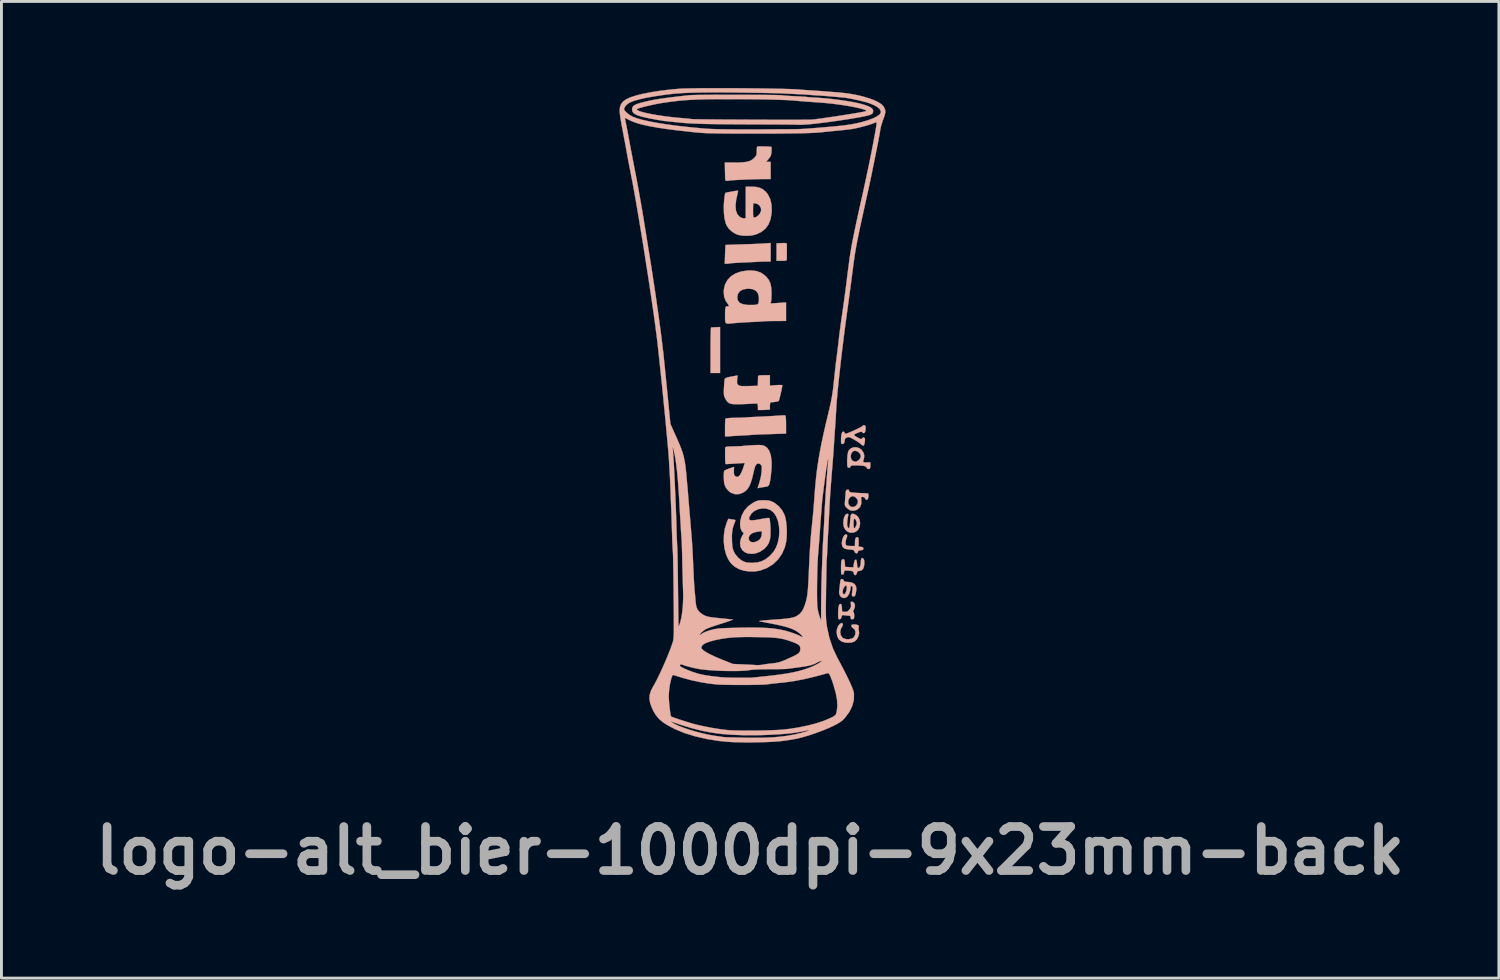
<source format=kicad_pcb>
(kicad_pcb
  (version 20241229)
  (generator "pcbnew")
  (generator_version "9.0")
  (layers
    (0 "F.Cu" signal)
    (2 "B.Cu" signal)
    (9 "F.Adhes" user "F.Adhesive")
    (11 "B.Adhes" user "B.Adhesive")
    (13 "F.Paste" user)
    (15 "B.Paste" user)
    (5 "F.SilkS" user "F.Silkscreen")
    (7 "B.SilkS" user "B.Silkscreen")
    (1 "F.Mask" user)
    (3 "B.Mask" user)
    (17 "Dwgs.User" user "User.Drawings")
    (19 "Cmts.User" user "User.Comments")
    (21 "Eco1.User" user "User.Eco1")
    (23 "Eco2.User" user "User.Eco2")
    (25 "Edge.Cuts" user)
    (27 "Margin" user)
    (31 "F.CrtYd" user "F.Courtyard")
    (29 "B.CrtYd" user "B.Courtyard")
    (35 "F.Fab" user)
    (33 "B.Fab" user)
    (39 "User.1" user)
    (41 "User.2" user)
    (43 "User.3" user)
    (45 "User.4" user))
  (footprint "logo-alt_bier-1000dpi-9x23mm-back"
    (layer "F.Cu")
    (at 22.94 11.42)
    (property "Reference" "logo-alt_bier-1000dpi-9x23mm-back" (at 0 15 0) (layer "F.Fab") (effects (font (size 1.524 1.524) (thickness 0.3))))
    (attr through_hole)
    (fp_poly (pts (xy -1.189 -3.133) (xy -1.272 -3.129) (xy -1.333 -3.126) (xy -1.354 -3.125) (xy -1.359 -3.1) (xy -1.363 -3.03) (xy -1.367 -2.922) (xy -1.37 -2.782) (xy -1.372 -2.615) (xy -1.373 -2.428) (xy -1.373 -2.335) (xy -1.373 -1.548) (xy -1.043 -1.548) (xy -1.043 -3.14) (xy -1.189 -3.133)) (stroke (width 0.01) (type solid)) (fill yes) (layer "B.SilkS"))
    (fp_poly (pts (xy 1.091 -6.048) (xy 0.913 -6.039) (xy 0.913 -5.434) (xy 1.091 -5.434) (xy 1.194 -5.437) (xy 1.252 -5.448) (xy 1.269 -5.466) (xy 1.27 -5.517) (xy 1.27 -5.6) (xy 1.271 -5.703) (xy 1.271 -5.81) (xy 1.271 -5.907) (xy 1.271 -5.982) (xy 1.27 -6.018) (xy 1.26 -6.038) (xy 1.225 -6.048) (xy 1.156 -6.05) (xy 1.091 -6.048)) (stroke (width 0.01) (type solid)) (fill yes) (layer "B.SilkS"))
    (fp_poly (pts (xy 0.475 -6.034) (xy 0.376 -6.029) (xy 0.238 -6.022) (xy 0.074 -6.015) (xy -0.104 -6.009) (xy -0.284 -6.003) (xy -0.306 -6.002) (xy -0.467 -5.998) (xy -0.609 -5.993) (xy -0.726 -5.989) (xy -0.809 -5.986) (xy -0.852 -5.984) (xy -0.856 -5.983) (xy -0.858 -5.958) (xy -0.861 -5.892) (xy -0.865 -5.794) (xy -0.869 -5.675) (xy -0.87 -5.656) (xy -0.88 -5.332) (xy -0.801 -5.332) (xy -0.742 -5.336) (xy -0.71 -5.344) (xy -0.709 -5.344) (xy -0.681 -5.349) (xy -0.611 -5.355) (xy -0.509 -5.362) (xy -0.384 -5.369) (xy -0.318 -5.372) (xy -0.172 -5.378) (xy -0.033 -5.384) (xy 0.085 -5.39) (xy 0.171 -5.395) (xy 0.189 -5.396) (xy 0.28 -5.401) (xy 0.397 -5.405) (xy 0.513 -5.407) (xy 0.71 -5.409) (xy 0.71 -6.051) (xy 0.475 -6.034)) (stroke (width 0.01) (type solid)) (fill yes) (layer "B.SilkS"))
    (fp_poly (pts (xy 3.155 7.118) (xy 3.098 7.153) (xy 3.047 7.223) (xy 3.01 7.317) (xy 2.996 7.418) (xy 2.996 7.423) (xy 3.014 7.568) (xy 3.07 7.678) (xy 3.163 7.753) (xy 3.292 7.792) (xy 3.389 7.799) (xy 3.519 7.788) (xy 3.614 7.755) (xy 3.621 7.751) (xy 3.697 7.679) (xy 3.75 7.578) (xy 3.774 7.469) (xy 3.765 7.382) (xy 3.753 7.315) (xy 3.758 7.266) (xy 3.759 7.263) (xy 3.766 7.218) (xy 3.729 7.184) (xy 3.654 7.166) (xy 3.615 7.164) (xy 3.545 7.168) (xy 3.512 7.182) (xy 3.504 7.214) (xy 3.504 7.216) (xy 3.527 7.266) (xy 3.565 7.291) (xy 3.619 7.335) (xy 3.645 7.406) (xy 3.645 7.489) (xy 3.619 7.569) (xy 3.567 7.63) (xy 3.546 7.643) (xy 3.437 7.676) (xy 3.325 7.675) (xy 3.226 7.641) (xy 3.185 7.61) (xy 3.136 7.528) (xy 3.12 7.427) (xy 3.139 7.324) (xy 3.176 7.256) (xy 3.209 7.194) (xy 3.211 7.144) (xy 3.182 7.118) (xy 3.155 7.118)) (stroke (width 0.01) (type solid)) (fill yes) (layer "B.SilkS"))
    (fp_poly (pts (xy 3.268 4.069) (xy 3.228 4.129) (xy 3.196 4.212) (xy 3.178 4.31) (xy 3.175 4.349) (xy 3.187 4.444) (xy 3.229 4.51) (xy 3.308 4.549) (xy 3.429 4.568) (xy 3.435 4.569) (xy 3.526 4.576) (xy 3.578 4.588) (xy 3.602 4.607) (xy 3.61 4.634) (xy 3.633 4.677) (xy 3.673 4.698) (xy 3.712 4.693) (xy 3.732 4.659) (xy 3.732 4.653) (xy 3.743 4.618) (xy 3.784 4.6) (xy 3.827 4.594) (xy 3.892 4.583) (xy 3.919 4.559) (xy 3.923 4.535) (xy 3.909 4.497) (xy 3.862 4.479) (xy 3.84 4.477) (xy 3.758 4.469) (xy 3.758 4.305) (xy 3.756 4.216) (xy 3.748 4.167) (xy 3.732 4.146) (xy 3.71 4.142) (xy 3.667 4.155) (xy 3.642 4.2) (xy 3.632 4.285) (xy 3.631 4.334) (xy 3.631 4.447) (xy 3.506 4.447) (xy 3.424 4.444) (xy 3.359 4.436) (xy 3.341 4.431) (xy 3.309 4.394) (xy 3.302 4.324) (xy 3.318 4.233) (xy 3.339 4.175) (xy 3.362 4.1) (xy 3.353 4.058) (xy 3.351 4.055) (xy 3.311 4.041) (xy 3.268 4.069)) (stroke (width 0.01) (type solid)) (fill yes) (layer "B.SilkS"))
    (fp_poly (pts (xy 3.503 3.346) (xy 3.483 3.403) (xy 3.471 3.501) (xy 3.464 3.583) (xy 3.455 3.69) (xy 3.443 3.774) (xy 3.432 3.826) (xy 3.425 3.837) (xy 3.398 3.817) (xy 3.375 3.782) (xy 3.359 3.719) (xy 3.361 3.617) (xy 3.38 3.474) (xy 3.392 3.409) (xy 3.4 3.353) (xy 3.387 3.332) (xy 3.349 3.333) (xy 3.299 3.365) (xy 3.26 3.438) (xy 3.234 3.546) (xy 3.226 3.654) (xy 3.244 3.781) (xy 3.297 3.882) (xy 3.378 3.953) (xy 3.477 3.987) (xy 3.588 3.979) (xy 3.662 3.95) (xy 3.742 3.88) (xy 3.79 3.783) (xy 3.809 3.672) (xy 3.805 3.637) (xy 3.693 3.637) (xy 3.69 3.692) (xy 3.67 3.748) (xy 3.635 3.816) (xy 3.608 3.834) (xy 3.59 3.802) (xy 3.581 3.722) (xy 3.58 3.673) (xy 3.585 3.568) (xy 3.6 3.509) (xy 3.622 3.496) (xy 3.652 3.532) (xy 3.67 3.568) (xy 3.693 3.637) (xy 3.805 3.637) (xy 3.796 3.56) (xy 3.754 3.458) (xy 3.681 3.382) (xy 3.657 3.368) (xy 3.585 3.334) (xy 3.535 3.325) (xy 3.503 3.346)) (stroke (width 0.01) (type solid)) (fill yes) (layer "B.SilkS"))
    (fp_poly (pts (xy 3.49 6.384) (xy 3.482 6.414) (xy 3.49 6.468) (xy 3.495 6.537) (xy 3.474 6.597) (xy 3.439 6.647) (xy 3.389 6.704) (xy 3.343 6.727) (xy 3.279 6.728) (xy 3.186 6.72) (xy 3.178 6.587) (xy 3.171 6.507) (xy 3.156 6.466) (xy 3.13 6.453) (xy 3.125 6.453) (xy 3.091 6.471) (xy 3.068 6.527) (xy 3.053 6.624) (xy 3.047 6.768) (xy 3.047 6.815) (xy 3.048 6.906) (xy 3.054 6.958) (xy 3.069 6.981) (xy 3.096 6.987) (xy 3.098 6.987) (xy 3.14 6.97) (xy 3.164 6.913) (xy 3.165 6.908) (xy 3.181 6.854) (xy 3.211 6.839) (xy 3.256 6.844) (xy 3.34 6.856) (xy 3.405 6.86) (xy 3.458 6.867) (xy 3.477 6.899) (xy 3.478 6.923) (xy 3.491 6.974) (xy 3.525 6.987) (xy 3.573 6.978) (xy 3.588 6.97) (xy 3.602 6.932) (xy 3.605 6.868) (xy 3.601 6.8) (xy 3.589 6.746) (xy 3.575 6.727) (xy 3.562 6.705) (xy 3.586 6.658) (xy 3.588 6.656) (xy 3.625 6.574) (xy 3.63 6.493) (xy 3.607 6.426) (xy 3.559 6.384) (xy 3.521 6.377) (xy 3.49 6.384)) (stroke (width 0.01) (type solid)) (fill yes) (layer "B.SilkS"))
    (fp_poly (pts (xy 0.281 -9.399) (xy 0.271 -9.398) (xy 0.246 -9.389) (xy 0.233 -9.358) (xy 0.228 -9.293) (xy 0.227 -9.241) (xy 0.225 -9.152) (xy 0.212 -9.093) (xy 0.182 -9.044) (xy 0.132 -8.99) (xy 0.066 -8.936) (xy -0.01 -8.895) (xy -0.105 -8.867) (xy -0.228 -8.849) (xy -0.386 -8.84) (xy -0.555 -8.838) (xy -0.878 -8.838) (xy -0.873 -8.577) (xy -0.871 -8.461) (xy -0.869 -8.359) (xy -0.867 -8.286) (xy -0.867 -8.26) (xy -0.852 -8.214) (xy -0.806 -8.203) (xy -0.756 -8.207) (xy -0.736 -8.213) (xy -0.708 -8.218) (xy -0.637 -8.224) (xy -0.532 -8.231) (xy -0.401 -8.238) (xy -0.253 -8.245) (xy -0.097 -8.252) (xy 0.06 -8.257) (xy 0.21 -8.262) (xy 0.343 -8.265) (xy 0.449 -8.266) (xy 0.71 -8.266) (xy 0.71 -8.863) (xy 0.548 -8.863) (xy 0.613 -8.933) (xy 0.666 -8.997) (xy 0.707 -9.059) (xy 0.709 -9.063) (xy 0.725 -9.115) (xy 0.736 -9.19) (xy 0.743 -9.272) (xy 0.742 -9.342) (xy 0.734 -9.381) (xy 0.732 -9.382) (xy 0.705 -9.387) (xy 0.64 -9.391) (xy 0.551 -9.395) (xy 0.453 -9.398) (xy 0.358 -9.399) (xy 0.281 -9.399)) (stroke (width 0.01) (type solid)) (fill yes) (layer "B.SilkS"))
    (fp_poly (pts (xy 1.105 -0.08) (xy 1.01 -0.073) (xy 0.984 -0.071) (xy 0.884 -0.064) (xy 0.749 -0.055) (xy 0.593 -0.047) (xy 0.432 -0.039) (xy 0.37 -0.036) (xy 0.225 -0.029) (xy 0.092 -0.023) (xy -0.017 -0.017) (xy -0.092 -0.012) (xy -0.116 -0.009) (xy -0.17 -0.006) (xy -0.263 -0.002) (xy -0.38 0.002) (xy -0.511 0.004) (xy -0.517 0.004) (xy -0.64 0.008) (xy -0.744 0.014) (xy -0.819 0.022) (xy -0.855 0.031) (xy -0.856 0.033) (xy -0.862 0.066) (xy -0.866 0.139) (xy -0.87 0.241) (xy -0.871 0.353) (xy -0.871 0.649) (xy -0.805 0.652) (xy -0.753 0.651) (xy -0.732 0.647) (xy -0.705 0.643) (xy -0.637 0.638) (xy -0.537 0.632) (xy -0.414 0.625) (xy -0.369 0.623) (xy -0.235 0.616) (xy -0.114 0.609) (xy -0.019 0.603) (xy 0.04 0.598) (xy 0.048 0.597) (xy 0.091 0.593) (xy 0.177 0.589) (xy 0.296 0.583) (xy 0.442 0.578) (xy 0.605 0.572) (xy 0.677 0.57) (xy 1.243 0.552) (xy 1.243 0.241) (xy 1.241 0.092) (xy 1.234 -0.012) (xy 1.223 -0.069) (xy 1.215 -0.08) (xy 1.178 -0.082) (xy 1.105 -0.08)) (stroke (width 0.01) (type solid)) (fill yes) (layer "B.SilkS"))
    (fp_poly (pts (xy 3.15 5.597) (xy 3.132 5.625) (xy 3.12 5.685) (xy 3.113 5.748) (xy 3.102 5.853) (xy 3.09 5.955) (xy 3.083 6.009) (xy 3.086 6.108) (xy 3.123 6.185) (xy 3.182 6.234) (xy 3.255 6.25) (xy 3.331 6.225) (xy 3.373 6.191) (xy 3.431 6.1) (xy 3.468 5.983) (xy 3.478 5.889) (xy 3.482 5.859) (xy 3.35 5.859) (xy 3.345 5.93) (xy 3.345 5.932) (xy 3.326 6.019) (xy 3.297 6.083) (xy 3.263 6.117) (xy 3.231 6.116) (xy 3.208 6.075) (xy 3.204 6.054) (xy 3.208 5.989) (xy 3.231 5.917) (xy 3.266 5.855) (xy 3.304 5.821) (xy 3.315 5.818) (xy 3.341 5.826) (xy 3.35 5.859) (xy 3.482 5.859) (xy 3.485 5.841) (xy 3.51 5.833) (xy 3.519 5.836) (xy 3.544 5.856) (xy 3.551 5.9) (xy 3.545 5.968) (xy 3.534 6.051) (xy 3.525 6.119) (xy 3.523 6.136) (xy 3.534 6.18) (xy 3.572 6.194) (xy 3.611 6.19) (xy 3.638 6.156) (xy 3.654 6.106) (xy 3.68 5.959) (xy 3.668 5.845) (xy 3.616 5.763) (xy 3.524 5.712) (xy 3.392 5.692) (xy 3.363 5.691) (xy 3.291 5.686) (xy 3.255 5.667) (xy 3.242 5.64) (xy 3.21 5.598) (xy 3.179 5.59) (xy 3.15 5.597)) (stroke (width 0.01) (type solid)) (fill yes) (layer "B.SilkS"))
    (fp_poly (pts (xy 3.857 4.874) (xy 3.838 4.931) (xy 3.834 4.996) (xy 3.824 5.103) (xy 3.797 5.176) (xy 3.755 5.208) (xy 3.745 5.209) (xy 3.722 5.192) (xy 3.708 5.136) (xy 3.702 5.063) (xy 3.693 4.975) (xy 3.679 4.929) (xy 3.656 4.917) (xy 3.627 4.938) (xy 3.604 5.006) (xy 3.595 5.051) (xy 3.572 5.186) (xy 3.43 5.178) (xy 3.288 5.17) (xy 3.28 5.037) (xy 3.272 4.957) (xy 3.258 4.917) (xy 3.232 4.904) (xy 3.226 4.904) (xy 3.192 4.911) (xy 3.17 4.937) (xy 3.156 4.991) (xy 3.15 5.08) (xy 3.148 5.211) (xy 3.149 5.319) (xy 3.153 5.386) (xy 3.162 5.421) (xy 3.179 5.435) (xy 3.199 5.437) (xy 3.239 5.422) (xy 3.25 5.375) (xy 3.254 5.328) (xy 3.275 5.303) (xy 3.324 5.295) (xy 3.409 5.3) (xy 3.434 5.302) (xy 3.516 5.313) (xy 3.56 5.328) (xy 3.579 5.353) (xy 3.585 5.383) (xy 3.606 5.442) (xy 3.642 5.458) (xy 3.677 5.431) (xy 3.694 5.388) (xy 3.715 5.332) (xy 3.754 5.312) (xy 3.781 5.31) (xy 3.851 5.292) (xy 3.898 5.259) (xy 3.931 5.195) (xy 3.952 5.105) (xy 3.957 5.009) (xy 3.945 4.927) (xy 3.929 4.894) (xy 3.888 4.86) (xy 3.857 4.874)) (stroke (width 0.01) (type solid)) (fill yes) (layer "B.SilkS"))
    (fp_poly (pts (xy 3.57 1.029) (xy 3.475 1.073) (xy 3.411 1.141) (xy 3.391 1.195) (xy 3.376 1.282) (xy 3.365 1.388) (xy 3.359 1.499) (xy 3.36 1.601) (xy 3.367 1.68) (xy 3.381 1.721) (xy 3.421 1.74) (xy 3.462 1.724) (xy 3.478 1.688) (xy 3.492 1.668) (xy 3.54 1.656) (xy 3.629 1.653) (xy 3.64 1.653) (xy 3.81 1.657) (xy 3.931 1.67) (xy 4.006 1.693) (xy 4.036 1.725) (xy 4.037 1.732) (xy 4.057 1.768) (xy 4.101 1.781) (xy 4.146 1.764) (xy 4.147 1.763) (xy 4.158 1.728) (xy 4.164 1.665) (xy 4.164 1.648) (xy 4.164 1.551) (xy 4.034 1.551) (xy 3.958 1.549) (xy 3.922 1.541) (xy 3.915 1.519) (xy 3.92 1.494) (xy 3.946 1.39) (xy 3.951 1.335) (xy 3.834 1.335) (xy 3.812 1.408) (xy 3.757 1.475) (xy 3.686 1.518) (xy 3.644 1.526) (xy 3.578 1.508) (xy 3.529 1.475) (xy 3.49 1.403) (xy 3.484 1.314) (xy 3.509 1.229) (xy 3.564 1.165) (xy 3.565 1.164) (xy 3.633 1.146) (xy 3.708 1.164) (xy 3.775 1.211) (xy 3.822 1.278) (xy 3.834 1.335) (xy 3.951 1.335) (xy 3.952 1.315) (xy 3.94 1.249) (xy 3.926 1.213) (xy 3.863 1.117) (xy 3.775 1.053) (xy 3.673 1.023) (xy 3.57 1.029)) (stroke (width 0.01) (type solid)) (fill yes) (layer "B.SilkS"))
    (fp_poly (pts (xy 3.335 2.507) (xy 3.316 2.539) (xy 3.307 2.605) (xy 3.305 2.631) (xy 3.298 2.733) (xy 3.288 2.85) (xy 3.284 2.904) (xy 3.278 2.988) (xy 3.285 3.043) (xy 3.31 3.087) (xy 3.359 3.139) (xy 3.459 3.208) (xy 3.568 3.228) (xy 3.682 3.199) (xy 3.723 3.175) (xy 3.808 3.094) (xy 3.85 2.985) (xy 3.85 2.904) (xy 3.732 2.904) (xy 3.713 2.99) (xy 3.662 3.055) (xy 3.594 3.092) (xy 3.518 3.095) (xy 3.449 3.058) (xy 3.439 3.048) (xy 3.4 2.975) (xy 3.396 2.891) (xy 3.421 2.811) (xy 3.47 2.75) (xy 3.539 2.72) (xy 3.554 2.719) (xy 3.627 2.742) (xy 3.69 2.798) (xy 3.728 2.871) (xy 3.732 2.904) (xy 3.85 2.904) (xy 3.85 2.858) (xy 3.843 2.789) (xy 3.849 2.756) (xy 3.876 2.745) (xy 3.9 2.745) (xy 3.959 2.762) (xy 3.979 2.796) (xy 4.009 2.837) (xy 4.037 2.846) (xy 4.071 2.83) (xy 4.09 2.776) (xy 4.094 2.751) (xy 4.099 2.684) (xy 4.097 2.641) (xy 4.095 2.637) (xy 4.066 2.626) (xy 4.002 2.619) (xy 3.95 2.618) (xy 3.855 2.615) (xy 3.735 2.609) (xy 3.622 2.601) (xy 3.522 2.591) (xy 3.464 2.58) (xy 3.435 2.564) (xy 3.427 2.54) (xy 3.427 2.536) (xy 3.414 2.499) (xy 3.37 2.495) (xy 3.335 2.507)) (stroke (width 0.01) (type solid)) (fill yes) (layer "B.SilkS"))
    (fp_poly (pts (xy 3.917 0.264) (xy 3.892 0.29) (xy 3.863 0.312) (xy 3.798 0.347) (xy 3.71 0.391) (xy 3.608 0.439) (xy 3.505 0.485) (xy 3.412 0.524) (xy 3.34 0.551) (xy 3.302 0.56) (xy 3.278 0.54) (xy 3.275 0.522) (xy 3.254 0.491) (xy 3.227 0.484) (xy 3.19 0.503) (xy 3.165 0.561) (xy 3.151 0.663) (xy 3.148 0.781) (xy 3.15 0.86) (xy 3.158 0.901) (xy 3.178 0.913) (xy 3.205 0.911) (xy 3.246 0.895) (xy 3.265 0.85) (xy 3.27 0.811) (xy 3.284 0.742) (xy 3.321 0.702) (xy 3.352 0.687) (xy 3.39 0.675) (xy 3.428 0.675) (xy 3.476 0.692) (xy 3.547 0.728) (xy 3.632 0.777) (xy 3.724 0.833) (xy 3.797 0.884) (xy 3.843 0.921) (xy 3.851 0.932) (xy 3.885 0.962) (xy 3.909 0.967) (xy 3.94 0.953) (xy 3.96 0.905) (xy 3.97 0.85) (xy 3.977 0.775) (xy 3.975 0.722) (xy 3.972 0.71) (xy 3.934 0.688) (xy 3.89 0.699) (xy 3.869 0.725) (xy 3.853 0.743) (xy 3.82 0.738) (xy 3.758 0.708) (xy 3.736 0.695) (xy 3.651 0.646) (xy 3.608 0.612) (xy 3.604 0.587) (xy 3.639 0.563) (xy 3.695 0.537) (xy 3.796 0.498) (xy 3.858 0.486) (xy 3.884 0.502) (xy 3.885 0.51) (xy 3.906 0.531) (xy 3.932 0.535) (xy 3.967 0.521) (xy 3.989 0.471) (xy 3.996 0.435) (xy 4.002 0.361) (xy 3.998 0.303) (xy 3.996 0.296) (xy 3.962 0.26) (xy 3.917 0.264)) (stroke (width 0.01) (type solid)) (fill yes) (layer "B.SilkS"))
    (fp_poly (pts (xy 0.369 -1.469) (xy 0.302 -1.46) (xy 0.276 -1.443) (xy 0.275 -1.44) (xy 0.273 -1.399) (xy 0.271 -1.325) (xy 0.269 -1.256) (xy 0.265 -1.103) (xy -0.048 -1.095) (xy -0.183 -1.093) (xy -0.276 -1.094) (xy -0.339 -1.099) (xy -0.379 -1.111) (xy -0.408 -1.129) (xy -0.413 -1.133) (xy -0.443 -1.168) (xy -0.455 -1.214) (xy -0.453 -1.286) (xy -0.45 -1.321) (xy -0.435 -1.462) (xy -0.649 -1.424) (xy -0.774 -1.398) (xy -0.85 -1.372) (xy -0.879 -1.347) (xy -0.887 -1.306) (xy -0.896 -1.226) (xy -0.903 -1.122) (xy -0.908 -1.04) (xy -0.912 -0.916) (xy -0.912 -0.83) (xy -0.904 -0.767) (xy -0.887 -0.714) (xy -0.861 -0.659) (xy -0.818 -0.586) (xy -0.771 -0.532) (xy -0.712 -0.495) (xy -0.633 -0.474) (xy -0.526 -0.464) (xy -0.382 -0.464) (xy -0.243 -0.469) (xy -0.104 -0.475) (xy 0.021 -0.481) (xy 0.122 -0.486) (xy 0.187 -0.489) (xy 0.202 -0.49) (xy 0.241 -0.488) (xy 0.26 -0.466) (xy 0.267 -0.412) (xy 0.268 -0.379) (xy 0.27 -0.265) (xy 0.369 -0.265) (xy 0.463 -0.267) (xy 0.564 -0.272) (xy 0.576 -0.273) (xy 0.684 -0.281) (xy 0.684 -0.406) (xy 0.688 -0.483) (xy 0.7 -0.521) (xy 0.727 -0.533) (xy 0.729 -0.533) (xy 0.803 -0.538) (xy 0.883 -0.549) (xy 0.951 -0.563) (xy 0.989 -0.577) (xy 0.991 -0.579) (xy 1.001 -0.608) (xy 1.019 -0.673) (xy 1.041 -0.763) (xy 1.065 -0.865) (xy 1.087 -0.964) (xy 1.104 -1.05) (xy 1.115 -1.108) (xy 1.116 -1.123) (xy 1.093 -1.13) (xy 1.03 -1.132) (xy 0.941 -1.129) (xy 0.9 -1.127) (xy 0.684 -1.111) (xy 0.684 -1.472) (xy 0.481 -1.472) (xy 0.369 -1.469)) (stroke (width 0.01) (type solid)) (fill yes) (layer "B.SilkS"))
    (fp_poly (pts (xy -0.071 -8.002) (xy -0.154 -7.999) (xy -0.154 -6.907) (xy -0.227 -6.907) (xy -0.3 -6.923) (xy -0.363 -6.957) (xy -0.446 -7.051) (xy -0.493 -7.177) (xy -0.507 -7.337) (xy -0.487 -7.532) (xy -0.461 -7.656) (xy -0.439 -7.75) (xy -0.424 -7.823) (xy -0.418 -7.862) (xy -0.418 -7.866) (xy -0.444 -7.864) (xy -0.506 -7.856) (xy -0.589 -7.842) (xy -0.68 -7.826) (xy -0.764 -7.81) (xy -0.827 -7.797) (xy -0.856 -7.788) (xy -0.856 -7.788) (xy -0.871 -7.751) (xy -0.885 -7.673) (xy -0.898 -7.568) (xy -0.908 -7.446) (xy -0.914 -7.319) (xy -0.914 -7.303) (xy -0.909 -7.084) (xy -0.886 -6.89) (xy -0.846 -6.729) (xy -0.813 -6.651) (xy -0.734 -6.54) (xy -0.622 -6.439) (xy -0.494 -6.362) (xy -0.424 -6.335) (xy -0.275 -6.307) (xy -0.106 -6.3) (xy 0.061 -6.314) (xy 0.194 -6.345) (xy 0.38 -6.43) (xy 0.526 -6.546) (xy 0.635 -6.693) (xy 0.706 -6.874) (xy 0.743 -7.09) (xy 0.746 -7.149) (xy 0.746 -7.172) (xy 0.379 -7.172) (xy 0.339 -7.075) (xy 0.293 -7.019) (xy 0.231 -6.967) (xy 0.173 -6.937) (xy 0.153 -6.933) (xy 0.129 -6.936) (xy 0.114 -6.95) (xy 0.105 -6.987) (xy 0.101 -7.053) (xy 0.1 -7.159) (xy 0.1 -7.189) (xy 0.101 -7.306) (xy 0.105 -7.38) (xy 0.112 -7.42) (xy 0.125 -7.433) (xy 0.14 -7.431) (xy 0.198 -7.417) (xy 0.218 -7.415) (xy 0.26 -7.398) (xy 0.312 -7.357) (xy 0.317 -7.353) (xy 0.372 -7.267) (xy 0.379 -7.172) (xy 0.746 -7.172) (xy 0.739 -7.381) (xy 0.693 -7.579) (xy 0.609 -7.744) (xy 0.528 -7.839) (xy 0.436 -7.914) (xy 0.334 -7.964) (xy 0.213 -7.993) (xy 0.061 -8.004) (xy -0.071 -8.002)) (stroke (width 0.01) (type solid)) (fill yes) (layer "B.SilkS"))
    (fp_poly (pts (xy -0.088 -5.098) (xy -0.311 -5.065) (xy -0.504 -4.998) (xy -0.664 -4.899) (xy -0.787 -4.77) (xy -0.871 -4.615) (xy -0.912 -4.435) (xy -0.916 -4.354) (xy -0.901 -4.192) (xy -0.85 -4.054) (xy -0.785 -3.954) (xy -0.743 -3.894) (xy -0.739 -3.862) (xy -0.774 -3.854) (xy -0.806 -3.857) (xy -0.834 -3.852) (xy -0.852 -3.825) (xy -0.864 -3.768) (xy -0.869 -3.675) (xy -0.87 -3.539) (xy -0.87 -3.532) (xy -0.87 -3.413) (xy -0.865 -3.332) (xy -0.848 -3.284) (xy -0.811 -3.261) (xy -0.744 -3.257) (xy -0.64 -3.266) (xy -0.548 -3.276) (xy -0.447 -3.284) (xy -0.311 -3.294) (xy -0.156 -3.303) (xy 0.002 -3.312) (xy 0.049 -3.314) (xy 0.188 -3.321) (xy 0.31 -3.327) (xy 0.406 -3.333) (xy 0.467 -3.338) (xy 0.481 -3.34) (xy 0.519 -3.343) (xy 0.598 -3.345) (xy 0.707 -3.347) (xy 0.835 -3.349) (xy 0.881 -3.349) (xy 1.243 -3.351) (xy 1.243 -3.992) (xy 0.705 -3.956) (xy 0.722 -4.012) (xy 0.73 -4.062) (xy 0.735 -4.134) (xy 0.303 -4.134) (xy 0.3 -4.027) (xy 0.285 -3.962) (xy 0.252 -3.926) (xy 0.19 -3.91) (xy 0.116 -3.905) (xy -0.083 -3.905) (xy -0.236 -3.926) (xy -0.344 -3.969) (xy -0.38 -3.998) (xy -0.427 -4.061) (xy -0.445 -4.138) (xy -0.446 -4.175) (xy -0.424 -4.289) (xy -0.36 -4.377) (xy -0.257 -4.437) (xy -0.118 -4.466) (xy -0.052 -4.469) (xy 0.091 -4.451) (xy 0.198 -4.397) (xy 0.268 -4.309) (xy 0.3 -4.187) (xy 0.303 -4.134) (xy 0.735 -4.134) (xy 0.736 -4.147) (xy 0.74 -4.255) (xy 0.741 -4.314) (xy 0.731 -4.503) (xy 0.699 -4.655) (xy 0.64 -4.781) (xy 0.551 -4.89) (xy 0.511 -4.927) (xy 0.379 -5.02) (xy 0.228 -5.077) (xy 0.05 -5.1) (xy -0.088 -5.098)) (stroke (width 0.01) (type solid)) (fill yes) (layer "B.SilkS"))
    (fp_poly (pts (xy 0.173 0.95) (xy 0.077 0.955) (xy -0.046 0.962) (xy -0.149 0.97) (xy -0.223 0.976) (xy -0.257 0.981) (xy -0.258 0.981) (xy -0.287 0.985) (xy -0.357 0.989) (xy -0.457 0.993) (xy -0.569 0.996) (xy -0.698 1) (xy -0.785 1.005) (xy -0.836 1.014) (xy -0.861 1.027) (xy -0.867 1.042) (xy -0.867 1.083) (xy -0.868 1.162) (xy -0.868 1.266) (xy -0.868 1.348) (xy -0.867 1.467) (xy -0.863 1.544) (xy -0.856 1.588) (xy -0.843 1.607) (xy -0.823 1.61) (xy -0.823 1.61) (xy -0.78 1.607) (xy -0.699 1.601) (xy -0.592 1.595) (xy -0.482 1.588) (xy -0.186 1.57) (xy -0.247 1.757) (xy -0.285 1.857) (xy -0.328 1.945) (xy -0.367 2.003) (xy -0.37 2.006) (xy -0.418 2.047) (xy -0.458 2.052) (xy -0.496 2.039) (xy -0.535 2.014) (xy -0.556 1.977) (xy -0.565 1.915) (xy -0.563 1.815) (xy -0.563 1.8) (xy -0.558 1.706) (xy -0.718 1.759) (xy -0.803 1.791) (xy -0.867 1.82) (xy -0.897 1.841) (xy -0.908 1.885) (xy -0.914 1.964) (xy -0.915 2.063) (xy -0.91 2.167) (xy -0.901 2.26) (xy -0.889 2.319) (xy -0.837 2.434) (xy -0.753 2.537) (xy -0.661 2.605) (xy -0.524 2.652) (xy -0.386 2.648) (xy -0.262 2.604) (xy -0.172 2.549) (xy -0.097 2.478) (xy -0.035 2.385) (xy 0.018 2.262) (xy 0.068 2.102) (xy 0.112 1.919) (xy 0.136 1.819) (xy 0.16 1.73) (xy 0.179 1.672) (xy 0.225 1.607) (xy 0.285 1.585) (xy 0.35 1.611) (xy 0.359 1.619) (xy 0.385 1.648) (xy 0.399 1.686) (xy 0.403 1.746) (xy 0.399 1.84) (xy 0.397 1.856) (xy 0.382 1.98) (xy 0.354 2.12) (xy 0.32 2.245) (xy 0.256 2.445) (xy 0.312 2.431) (xy 0.368 2.42) (xy 0.452 2.407) (xy 0.502 2.4) (xy 0.567 2.39) (xy 0.613 2.373) (xy 0.646 2.342) (xy 0.669 2.289) (xy 0.688 2.205) (xy 0.707 2.083) (xy 0.716 2.015) (xy 0.742 1.742) (xy 0.742 1.507) (xy 0.716 1.312) (xy 0.665 1.157) (xy 0.589 1.045) (xy 0.489 0.976) (xy 0.438 0.959) (xy 0.375 0.95) (xy 0.291 0.947) (xy 0.173 0.95)) (stroke (width 0.01) (type solid)) (fill yes) (layer "B.SilkS"))
    (fp_poly (pts (xy 0.359 2.862) (xy 0.28 2.871) (xy 0.21 2.894) (xy 0.127 2.934) (xy 0.104 2.946) (xy -0.068 3.067) (xy -0.203 3.22) (xy -0.297 3.401) (xy -0.345 3.596) (xy -0.349 3.711) (xy -0.335 3.82) (xy -0.304 3.91) (xy -0.261 3.966) (xy -0.258 3.968) (xy -0.231 3.99) (xy -0.229 4.015) (xy -0.255 4.06) (xy -0.27 4.084) (xy -0.326 4.204) (xy -0.35 4.338) (xy -0.337 4.467) (xy -0.332 4.483) (xy -0.273 4.589) (xy -0.182 4.664) (xy -0.067 4.708) (xy 0.064 4.719) (xy 0.204 4.698) (xy 0.342 4.644) (xy 0.472 4.557) (xy 0.51 4.524) (xy 0.59 4.433) (xy 0.648 4.335) (xy 0.685 4.219) (xy 0.703 4.078) (xy 0.704 4.013) (xy 0.405 4.013) (xy 0.392 4.095) (xy 0.365 4.17) (xy 0.308 4.24) (xy 0.226 4.289) (xy 0.135 4.315) (xy 0.049 4.312) (xy -0.012 4.28) (xy -0.05 4.212) (xy -0.045 4.134) (xy -0.002 4.06) (xy 0.071 4.004) (xy 0.14 3.978) (xy 0.231 3.956) (xy 0.274 3.949) (xy 0.405 3.932) (xy 0.405 4.013) (xy 0.704 4.013) (xy 0.706 3.901) (xy 0.703 3.803) (xy 0.695 3.683) (xy 0.686 3.582) (xy 0.676 3.51) (xy 0.667 3.479) (xy 0.634 3.475) (xy 0.562 3.48) (xy 0.462 3.495) (xy 0.391 3.509) (xy 0.227 3.54) (xy 0.106 3.556) (xy 0.025 3.557) (xy -0.022 3.541) (xy -0.039 3.508) (xy -0.031 3.457) (xy -0.023 3.433) (xy 0.045 3.32) (xy 0.149 3.232) (xy 0.276 3.172) (xy 0.417 3.144) (xy 0.561 3.152) (xy 0.697 3.197) (xy 0.709 3.204) (xy 0.815 3.291) (xy 0.899 3.416) (xy 0.961 3.572) (xy 0.998 3.75) (xy 1.011 3.942) (xy 0.998 4.139) (xy 0.957 4.335) (xy 0.897 4.5) (xy 0.809 4.646) (xy 0.686 4.784) (xy 0.543 4.899) (xy 0.394 4.977) (xy 0.392 4.978) (xy 0.245 5.015) (xy 0.079 5.03) (xy -0.083 5.022) (xy -0.183 5.001) (xy -0.304 4.943) (xy -0.421 4.846) (xy -0.519 4.725) (xy -0.553 4.666) (xy -0.585 4.596) (xy -0.606 4.526) (xy -0.62 4.441) (xy -0.628 4.327) (xy -0.631 4.263) (xy -0.633 4.071) (xy -0.62 3.913) (xy -0.588 3.773) (xy -0.543 3.653) (xy -0.52 3.591) (xy -0.511 3.553) (xy -0.512 3.548) (xy -0.541 3.539) (xy -0.603 3.527) (xy -0.639 3.522) (xy -0.756 3.505) (xy -0.808 3.626) (xy -0.875 3.836) (xy -0.91 4.067) (xy -0.914 4.305) (xy -0.888 4.537) (xy -0.831 4.75) (xy -0.777 4.873) (xy -0.713 4.983) (xy -0.648 5.065) (xy -0.562 5.142) (xy -0.529 5.167) (xy -0.385 5.249) (xy -0.21 5.304) (xy -0.017 5.33) (xy 0.18 5.327) (xy 0.347 5.297) (xy 0.584 5.208) (xy 0.791 5.08) (xy 0.965 4.915) (xy 1.102 4.718) (xy 1.201 4.492) (xy 1.249 4.291) (xy 1.266 4.133) (xy 1.271 3.955) (xy 1.263 3.771) (xy 1.245 3.598) (xy 1.217 3.451) (xy 1.194 3.376) (xy 1.11 3.214) (xy 0.99 3.069) (xy 0.848 2.956) (xy 0.802 2.929) (xy 0.721 2.892) (xy 0.643 2.871) (xy 0.547 2.862) (xy 0.468 2.86) (xy 0.359 2.862)) (stroke (width 0.01) (type solid)) (fill yes) (layer "B.SilkS"))
    (fp_poly (pts (xy -0.95 -11.188) (xy -1.188 -11.187) (xy -1.411 -11.186) (xy -1.612 -11.184) (xy -1.787 -11.182) (xy -1.93 -11.179) (xy -2.035 -11.176) (xy -2.097 -11.172) (xy -2.45 -11.133) (xy -2.755 -11.097) (xy -3.013 -11.063) (xy -3.227 -11.031) (xy -3.398 -11) (xy -3.481 -10.983) (xy -3.674 -10.938) (xy -3.822 -10.899) (xy -3.931 -10.863) (xy -4.007 -10.827) (xy -4.055 -10.79) (xy -4.081 -10.747) (xy -4.091 -10.697) (xy -4.091 -10.679) (xy -4.081 -10.616) (xy -4.049 -10.562) (xy -3.988 -10.515) (xy -3.895 -10.472) (xy -3.764 -10.431) (xy -3.591 -10.39) (xy -3.464 -10.364) (xy -3.317 -10.336) (xy -3.175 -10.311) (xy -3.049 -10.29) (xy -2.956 -10.277) (xy -2.935 -10.275) (xy -2.838 -10.265) (xy -2.713 -10.252) (xy -2.582 -10.238) (xy -2.542 -10.234) (xy -2.406 -10.22) (xy -2.267 -10.208) (xy -2.118 -10.198) (xy -1.956 -10.189) (xy -1.776 -10.182) (xy -1.573 -10.176) (xy -1.343 -10.172) (xy -1.081 -10.168) (xy -0.782 -10.165) (xy -0.443 -10.163) (xy -0.058 -10.161) (xy 0.009 -10.161) (xy 0.29 -10.16) (xy 0.558 -10.159) (xy 0.807 -10.158) (xy 1.032 -10.157) (xy 1.23 -10.155) (xy 1.396 -10.154) (xy 1.526 -10.152) (xy 1.614 -10.15) (xy 1.657 -10.149) (xy 1.66 -10.148) (xy 1.706 -10.146) (xy 1.79 -10.149) (xy 1.899 -10.154) (xy 1.992 -10.16) (xy 2.154 -10.175) (xy 2.345 -10.196) (xy 2.558 -10.222) (xy 2.785 -10.252) (xy 3.017 -10.284) (xy 3.248 -10.319) (xy 3.469 -10.353) (xy 3.672 -10.387) (xy 3.849 -10.419) (xy 3.993 -10.448) (xy 4.095 -10.473) (xy 4.107 -10.476) (xy 4.189 -10.506) (xy 4.234 -10.537) (xy 4.256 -10.58) (xy 4.256 -10.582) (xy 4.259 -10.63) (xy 4.028 -10.63) (xy 3.996 -10.615) (xy 3.951 -10.603) (xy 3.862 -10.586) (xy 3.737 -10.563) (xy 3.583 -10.537) (xy 3.409 -10.509) (xy 3.22 -10.479) (xy 3.024 -10.448) (xy 2.829 -10.419) (xy 2.641 -10.392) (xy 2.468 -10.367) (xy 2.317 -10.347) (xy 2.196 -10.332) (xy 2.145 -10.327) (xy 2.099 -10.325) (xy 2.008 -10.324) (xy 1.876 -10.323) (xy 1.709 -10.322) (xy 1.511 -10.321) (xy 1.286 -10.321) (xy 1.04 -10.321) (xy 0.777 -10.322) (xy 0.502 -10.323) (xy 0.22 -10.324) (xy -0.065 -10.325) (xy -0.348 -10.326) (xy -0.623 -10.328) (xy -0.888 -10.329) (xy -1.136 -10.331) (xy -1.362 -10.333) (xy -1.563 -10.335) (xy -1.734 -10.337) (xy -1.869 -10.339) (xy -1.965 -10.341) (xy -2.015 -10.344) (xy -2.021 -10.344) (xy -2.083 -10.353) (xy -2.177 -10.363) (xy -2.284 -10.372) (xy -2.3 -10.373) (xy -2.542 -10.394) (xy -2.779 -10.42) (xy -3.006 -10.449) (xy -3.219 -10.481) (xy -3.413 -10.515) (xy -3.583 -10.55) (xy -3.725 -10.585) (xy -3.832 -10.618) (xy -3.902 -10.65) (xy -3.928 -10.678) (xy -3.922 -10.693) (xy -3.886 -10.71) (xy -3.81 -10.734) (xy -3.702 -10.764) (xy -3.574 -10.796) (xy -3.434 -10.828) (xy -3.291 -10.859) (xy -3.156 -10.885) (xy -3.038 -10.905) (xy -3.037 -10.905) (xy -2.833 -10.935) (xy -2.645 -10.959) (xy -2.467 -10.979) (xy -2.291 -10.996) (xy -2.111 -11.008) (xy -1.918 -11.018) (xy -1.706 -11.025) (xy -1.468 -11.03) (xy -1.196 -11.033) (xy -0.883 -11.034) (xy -0.738 -11.034) (xy -0.375 -11.033) (xy -0.028 -11.031) (xy 0.298 -11.028) (xy 0.6 -11.023) (xy 0.872 -11.017) (xy 1.11 -11.009) (xy 1.311 -11.001) (xy 1.468 -10.991) (xy 1.56 -10.983) (xy 1.635 -10.976) (xy 1.73 -10.967) (xy 1.851 -10.958) (xy 2.004 -10.946) (xy 2.197 -10.933) (xy 2.386 -10.92) (xy 2.627 -10.9) (xy 2.874 -10.874) (xy 3.118 -10.842) (xy 3.351 -10.807) (xy 3.564 -10.769) (xy 3.749 -10.73) (xy 3.898 -10.691) (xy 3.974 -10.665) (xy 4.023 -10.644) (xy 4.028 -10.63) (xy 4.259 -10.63) (xy 4.26 -10.647) (xy 4.232 -10.703) (xy 4.169 -10.753) (xy 4.067 -10.801) (xy 3.921 -10.849) (xy 3.796 -10.883) (xy 3.609 -10.924) (xy 3.383 -10.964) (xy 3.13 -11.002) (xy 2.863 -11.036) (xy 2.593 -11.064) (xy 2.333 -11.084) (xy 2.272 -11.088) (xy 2.153 -11.095) (xy 2.053 -11.102) (xy 1.983 -11.108) (xy 1.954 -11.112) (xy 1.954 -11.112) (xy 1.925 -11.116) (xy 1.855 -11.121) (xy 1.752 -11.127) (xy 1.626 -11.133) (xy 1.56 -11.136) (xy 1.421 -11.143) (xy 1.296 -11.151) (xy 1.195 -11.158) (xy 1.13 -11.164) (xy 1.116 -11.167) (xy 1.072 -11.171) (xy 0.982 -11.174) (xy 0.852 -11.178) (xy 0.689 -11.18) (xy 0.496 -11.183) (xy 0.281 -11.185) (xy 0.048 -11.186) (xy -0.197 -11.188) (xy -0.449 -11.188) (xy -0.702 -11.188) (xy -0.95 -11.188)) (stroke (width 0.01) (type solid)) (fill yes) (layer "B.SilkS"))
    (fp_poly (pts (xy -1.448 -11.414) (xy -1.705 -11.413) (xy -1.937 -11.41) (xy -2.137 -11.407) (xy -2.302 -11.402) (xy -2.425 -11.397) (xy -2.44 -11.396) (xy -2.781 -11.366) (xy -3.119 -11.325) (xy -3.442 -11.274) (xy -3.737 -11.215) (xy -3.941 -11.164) (xy -4.138 -11.102) (xy -4.288 -11.035) (xy -4.398 -10.959) (xy -4.47 -10.869) (xy -4.51 -10.762) (xy -4.523 -10.633) (xy -4.523 -10.631) (xy -4.518 -10.563) (xy -4.504 -10.455) (xy -4.483 -10.318) (xy -4.457 -10.162) (xy -4.426 -9.997) (xy -4.422 -9.976) (xy -4.389 -9.801) (xy -4.355 -9.625) (xy -4.324 -9.461) (xy -4.299 -9.321) (xy -4.281 -9.219) (xy -4.281 -9.219) (xy -4.263 -9.12) (xy -4.238 -8.984) (xy -4.207 -8.821) (xy -4.172 -8.642) (xy -4.136 -8.46) (xy -4.126 -8.406) (xy -4.078 -8.159) (xy -4.024 -7.868) (xy -3.966 -7.54) (xy -3.904 -7.179) (xy -3.839 -6.793) (xy -3.772 -6.387) (xy -3.704 -5.969) (xy -3.636 -5.543) (xy -3.57 -5.117) (xy -3.505 -4.696) (xy -3.443 -4.286) (xy -3.386 -3.895) (xy -3.333 -3.527) (xy -3.286 -3.189) (xy -3.247 -2.888) (xy -3.241 -2.843) (xy -3.223 -2.694) (xy -3.201 -2.502) (xy -3.176 -2.272) (xy -3.148 -2.011) (xy -3.117 -1.727) (xy -3.086 -1.426) (xy -3.054 -1.114) (xy -3.022 -0.798) (xy -2.991 -0.485) (xy -2.961 -0.182) (xy -2.933 0.105) (xy -2.909 0.368) (xy -2.898 0.484) (xy -2.882 0.658) (xy -2.867 0.822) (xy -2.854 0.967) (xy -2.843 1.084) (xy -2.836 1.164) (xy -2.834 1.183) (xy -2.827 1.267) (xy -2.819 1.382) (xy -2.811 1.507) (xy -2.809 1.551) (xy -2.801 1.686) (xy -2.792 1.83) (xy -2.785 1.957) (xy -2.783 1.983) (xy -2.778 2.08) (xy -2.772 2.212) (xy -2.765 2.363) (xy -2.759 2.518) (xy -2.758 2.554) (xy -2.752 2.723) (xy -2.745 2.905) (xy -2.738 3.082) (xy -2.732 3.23) (xy -2.732 3.24) (xy -2.727 3.367) (xy -2.722 3.529) (xy -2.716 3.713) (xy -2.71 3.901) (xy -2.705 4.053) (xy -2.7 4.215) (xy -2.694 4.364) (xy -2.688 4.493) (xy -2.682 4.59) (xy -2.678 4.647) (xy -2.677 4.65) (xy -2.675 4.691) (xy -2.672 4.779) (xy -2.669 4.907) (xy -2.666 5.071) (xy -2.662 5.267) (xy -2.659 5.49) (xy -2.656 5.733) (xy -2.653 5.994) (xy -2.651 6.186) (xy -2.648 6.495) (xy -2.646 6.757) (xy -2.644 6.976) (xy -2.644 7.158) (xy -2.644 7.307) (xy -2.645 7.426) (xy -2.648 7.521) (xy -2.651 7.595) (xy -2.657 7.654) (xy -2.663 7.7) (xy -2.671 7.739) (xy -2.681 7.776) (xy -2.688 7.799) (xy -2.737 7.943) (xy -2.804 8.118) (xy -2.883 8.312) (xy -2.97 8.516) (xy -3.061 8.72) (xy -3.151 8.913) (xy -3.235 9.085) (xy -3.31 9.226) (xy -3.348 9.291) (xy -3.433 9.449) (xy -3.48 9.595) (xy -3.491 9.738) (xy -3.465 9.889) (xy -3.402 10.059) (xy -3.353 10.162) (xy -3.264 10.312) (xy -3.157 10.438) (xy -3.021 10.553) (xy -2.892 10.638) (xy -2.605 10.791) (xy -2.276 10.926) (xy -1.912 11.039) (xy -1.518 11.13) (xy -1.101 11.198) (xy -0.814 11.228) (xy -0.64 11.239) (xy -0.427 11.246) (xy -0.189 11.25) (xy 0.064 11.25) (xy 0.318 11.246) (xy 0.562 11.239) (xy 0.782 11.229) (xy 0.968 11.216) (xy 1.002 11.213) (xy 1.159 11.195) (xy 1.329 11.171) (xy 1.49 11.145) (xy 1.596 11.126) (xy 1.801 11.076) (xy 2.034 11.008) (xy 2.28 10.925) (xy 2.523 10.834) (xy 2.533 10.83) (xy 2.047 10.83) (xy 2.031 10.842) (xy 1.975 10.862) (xy 1.889 10.888) (xy 1.784 10.917) (xy 1.669 10.946) (xy 1.554 10.972) (xy 1.484 10.986) (xy 1.269 11.024) (xy 1.05 11.052) (xy 0.817 11.072) (xy 0.562 11.085) (xy 0.276 11.09) (xy -0.049 11.089) (xy -0.129 11.088) (xy -0.319 11.085) (xy -0.496 11.081) (xy -0.653 11.077) (xy -0.782 11.073) (xy -0.875 11.069) (xy -0.926 11.065) (xy -0.929 11.065) (xy -0.991 11.056) (xy -1.084 11.042) (xy -1.191 11.027) (xy -1.208 11.024) (xy -1.412 10.99) (xy -1.632 10.942) (xy -1.857 10.884) (xy -2.077 10.82) (xy -2.284 10.751) (xy -2.467 10.681) (xy -2.616 10.613) (xy -2.695 10.568) (xy -2.737 10.538) (xy -2.743 10.527) (xy -2.732 10.53) (xy -2.35 10.66) (xy -1.996 10.766) (xy -1.66 10.85) (xy -1.33 10.913) (xy -0.993 10.958) (xy -0.638 10.986) (xy -0.254 11) (xy 0.036 11.002) (xy 0.388 10.998) (xy 0.723 10.986) (xy 1.036 10.968) (xy 1.32 10.944) (xy 1.567 10.914) (xy 1.773 10.879) (xy 1.805 10.872) (xy 1.907 10.851) (xy 1.988 10.836) (xy 2.038 10.829) (xy 2.047 10.83) (xy 2.533 10.83) (xy 2.748 10.74) (xy 2.881 10.678) (xy 3.01 10.612) (xy 3.105 10.556) (xy 3.179 10.502) (xy 3.246 10.44) (xy 3.298 10.382) (xy 3.441 10.186) (xy 3.54 9.981) (xy 3.541 9.977) (xy 3.021 9.977) (xy 3.002 10.158) (xy 2.992 10.204) (xy 2.976 10.26) (xy 2.955 10.3) (xy 2.918 10.334) (xy 2.856 10.369) (xy 2.758 10.417) (xy 2.757 10.418) (xy 2.54 10.507) (xy 2.284 10.591) (xy 1.999 10.666) (xy 1.696 10.729) (xy 1.387 10.779) (xy 1.139 10.807) (xy 0.982 10.818) (xy 0.792 10.828) (xy 0.576 10.835) (xy 0.346 10.84) (xy 0.11 10.843) (xy -0.122 10.843) (xy -0.34 10.841) (xy -0.535 10.837) (xy -0.698 10.83) (xy -0.809 10.822) (xy -1.049 10.791) (xy -1.315 10.749) (xy -1.584 10.697) (xy -1.836 10.642) (xy -1.882 10.63) (xy -1.971 10.606) (xy -2.084 10.573) (xy -2.211 10.534) (xy -2.343 10.493) (xy -2.47 10.451) (xy -2.583 10.413) (xy -2.672 10.381) (xy -2.728 10.359) (xy -2.741 10.352) (xy -2.752 10.318) (xy -2.766 10.245) (xy -2.78 10.143) (xy -2.794 10.024) (xy -2.806 9.899) (xy -2.815 9.779) (xy -2.82 9.676) (xy -2.82 9.641) (xy -2.815 9.519) (xy -2.802 9.388) (xy -2.782 9.257) (xy -2.758 9.136) (xy -2.731 9.032) (xy -2.704 8.956) (xy -2.678 8.917) (xy -2.667 8.915) (xy -2.629 8.926) (xy -2.554 8.949) (xy -2.453 8.98) (xy -2.353 9.011) (xy -2.059 9.091) (xy -1.742 9.16) (xy -1.424 9.213) (xy -1.145 9.244) (xy -1.047 9.25) (xy -0.913 9.254) (xy -0.753 9.257) (xy -0.573 9.259) (xy -0.381 9.26) (xy -0.187 9.26) (xy 0.003 9.259) (xy 0.18 9.256) (xy 0.337 9.253) (xy 0.465 9.249) (xy 0.556 9.244) (xy 0.595 9.239) (xy 0.667 9.228) (xy 0.76 9.216) (xy 0.798 9.212) (xy 0.878 9.204) (xy 0.991 9.192) (xy 1.119 9.179) (xy 1.205 9.17) (xy 1.505 9.129) (xy 1.843 9.065) (xy 2.213 8.979) (xy 2.609 8.873) (xy 2.692 8.849) (xy 2.721 8.86) (xy 2.755 8.91) (xy 2.797 9.002) (xy 2.847 9.138) (xy 2.891 9.273) (xy 2.966 9.54) (xy 3.009 9.772) (xy 3.021 9.977) (xy 3.541 9.977) (xy 3.592 9.772) (xy 3.596 9.564) (xy 3.594 9.543) (xy 3.573 9.457) (xy 3.525 9.33) (xy 3.453 9.165) (xy 3.357 8.964) (xy 3.239 8.731) (xy 3.1 8.466) (xy 3.076 8.422) (xy 2.488 8.422) (xy 2.466 8.449) (xy 2.407 8.49) (xy 2.32 8.539) (xy 2.216 8.591) (xy 2.105 8.641) (xy 2.03 8.67) (xy 1.861 8.728) (xy 1.68 8.78) (xy 1.481 8.825) (xy 1.258 8.866) (xy 1.003 8.904) (xy 0.709 8.94) (xy 0.443 8.969) (xy 0.324 8.981) (xy 0.221 8.992) (xy 0.145 9) (xy 0.113 9.004) (xy 0.053 9.008) (xy -0.047 9.011) (xy -0.177 9.012) (xy -0.326 9.012) (xy -0.484 9.01) (xy -0.64 9.008) (xy -0.784 9.004) (xy -0.905 9) (xy -0.993 8.994) (xy -1.018 8.992) (xy -1.137 8.978) (xy -1.264 8.963) (xy -1.335 8.955) (xy -1.442 8.941) (xy -1.569 8.92) (xy -1.676 8.9) (xy -1.789 8.873) (xy -1.915 8.834) (xy -2.046 8.789) (xy -2.171 8.74) (xy -2.282 8.691) (xy -2.37 8.646) (xy -2.425 8.609) (xy -2.44 8.588) (xy -2.421 8.553) (xy -2.374 8.548) (xy -2.343 8.559) (xy -2.283 8.583) (xy -2.186 8.612) (xy -2.066 8.644) (xy -1.935 8.675) (xy -1.807 8.701) (xy -1.742 8.712) (xy -1.587 8.732) (xy -1.403 8.749) (xy -1.199 8.762) (xy -0.984 8.772) (xy -0.768 8.777) (xy -0.558 8.778) (xy -0.366 8.775) (xy -0.199 8.767) (xy -0.066 8.754) (xy 0.001 8.743) (xy 0.063 8.734) (xy 0.165 8.727) (xy 0.298 8.721) (xy 0.453 8.717) (xy 0.619 8.715) (xy 0.649 8.715) (xy 0.815 8.715) (xy 0.97 8.713) (xy 1.105 8.71) (xy 1.209 8.707) (xy 1.274 8.703) (xy 1.281 8.702) (xy 1.498 8.674) (xy 1.67 8.651) (xy 1.806 8.632) (xy 1.91 8.616) (xy 1.989 8.602) (xy 2.051 8.589) (xy 2.1 8.576) (xy 2.119 8.57) (xy 2.196 8.543) (xy 2.254 8.52) (xy 2.272 8.51) (xy 2.309 8.489) (xy 2.366 8.462) (xy 2.426 8.438) (xy 2.472 8.423) (xy 2.488 8.422) (xy 3.076 8.422) (xy 3.021 8.32) (xy 2.872 8.004) (xy 1.74 8.004) (xy 1.733 8.061) (xy 1.72 8.104) (xy 1.694 8.143) (xy 1.65 8.181) (xy 1.579 8.224) (xy 1.476 8.276) (xy 1.333 8.341) (xy 1.315 8.349) (xy 1.177 8.41) (xy 1.069 8.452) (xy 0.977 8.48) (xy 0.886 8.498) (xy 0.781 8.512) (xy 0.76 8.514) (xy 0.643 8.527) (xy 0.535 8.541) (xy 0.453 8.555) (xy 0.43 8.559) (xy 0.349 8.571) (xy 0.251 8.574) (xy 0.214 8.573) (xy 0.14 8.568) (xy 0.03 8.562) (xy -0.103 8.555) (xy -0.243 8.549) (xy -0.256 8.548) (xy -0.599 8.533) (xy -0.989 8.377) (xy -1.193 8.292) (xy -1.368 8.21) (xy -1.509 8.135) (xy -1.613 8.068) (xy -1.674 8.013) (xy -1.687 7.991) (xy -1.687 7.927) (xy -1.637 7.865) (xy -1.537 7.807) (xy -1.389 7.753) (xy -1.192 7.702) (xy -1.174 7.698) (xy -0.997 7.664) (xy -0.824 7.637) (xy -0.645 7.618) (xy -0.451 7.606) (xy -0.233 7.6) (xy 0.018 7.599) (xy 0.255 7.603) (xy 0.484 7.608) (xy 0.672 7.614) (xy 0.826 7.623) (xy 0.956 7.636) (xy 1.07 7.653) (xy 1.177 7.677) (xy 1.287 7.709) (xy 1.407 7.749) (xy 1.483 7.776) (xy 1.607 7.827) (xy 1.687 7.877) (xy 1.729 7.934) (xy 1.74 8.004) (xy 2.872 8.004) (xy 2.865 7.988) (xy 2.745 7.631) (xy 2.662 7.253) (xy 2.65 7.177) (xy 2.64 7.103) (xy 2.633 7.025) (xy 2.627 6.936) (xy 2.624 6.831) (xy 2.622 6.704) (xy 2.622 6.547) (xy 2.624 6.355) (xy 2.627 6.122) (xy 2.629 5.983) (xy 2.632 5.761) (xy 2.636 5.552) (xy 2.639 5.363) (xy 2.643 5.199) (xy 2.646 5.067) (xy 2.649 4.972) (xy 2.652 4.921) (xy 2.652 4.917) (xy 2.657 4.864) (xy 2.663 4.772) (xy 2.669 4.653) (xy 2.675 4.517) (xy 2.677 4.472) (xy 2.684 4.323) (xy 2.69 4.177) (xy 2.697 4.049) (xy 2.703 3.953) (xy 2.704 3.939) (xy 2.709 3.844) (xy 2.717 3.717) (xy 2.724 3.576) (xy 2.729 3.469) (xy 2.738 3.275) (xy 2.747 3.093) (xy 2.757 2.914) (xy 2.768 2.733) (xy 2.781 2.541) (xy 2.796 2.332) (xy 2.814 2.099) (xy 2.835 1.835) (xy 2.859 1.533) (xy 2.866 1.45) (xy 2.709 1.45) (xy 2.704 1.5) (xy 2.696 1.572) (xy 2.687 1.672) (xy 2.679 1.767) (xy 2.65 2.156) (xy 2.625 2.497) (xy 2.606 2.791) (xy 2.591 3.04) (xy 2.58 3.245) (xy 2.578 3.291) (xy 2.569 3.486) (xy 2.561 3.671) (xy 2.551 3.861) (xy 2.539 4.071) (xy 2.526 4.294) (xy 2.522 4.36) (xy 2.518 4.436) (xy 2.514 4.529) (xy 2.509 4.642) (xy 2.504 4.781) (xy 2.498 4.951) (xy 2.49 5.159) (xy 2.481 5.408) (xy 2.474 5.602) (xy 2.47 5.755) (xy 2.466 5.942) (xy 2.462 6.146) (xy 2.46 6.35) (xy 2.459 6.504) (xy 2.457 7.025) (xy 2.408 6.901) (xy 2.38 6.812) (xy 2.352 6.697) (xy 2.332 6.584) (xy 2.324 6.5) (xy 2.319 6.375) (xy 2.316 6.214) (xy 2.315 6.028) (xy 2.317 5.824) (xy 2.319 5.61) (xy 2.324 5.394) (xy 2.33 5.185) (xy 2.338 4.991) (xy 2.347 4.821) (xy 2.357 4.681) (xy 2.358 4.675) (xy 2.371 4.533) (xy 2.383 4.379) (xy 2.394 4.24) (xy 2.398 4.193) (xy 2.42 3.871) (xy 2.439 3.597) (xy 2.456 3.365) (xy 2.471 3.173) (xy 2.483 3.015) (xy 2.494 2.888) (xy 2.504 2.788) (xy 2.513 2.711) (xy 2.514 2.707) (xy 2.552 2.405) (xy 2.585 2.151) (xy 2.613 1.942) (xy 2.637 1.775) (xy 2.656 1.646) (xy 2.671 1.554) (xy 2.683 1.495) (xy 2.691 1.47) (xy 2.706 1.439) (xy 2.709 1.45) (xy 2.866 1.45) (xy 2.88 1.272) (xy 2.887 1.183) (xy 2.895 1.063) (xy 2.903 0.934) (xy 2.906 0.878) (xy 2.914 0.75) (xy 2.922 0.624) (xy 2.929 0.519) (xy 2.932 0.484) (xy 2.946 0.298) (xy 2.96 0.072) (xy 2.975 -0.184) (xy 2.984 -0.341) (xy 2.995 -0.517) (xy 3.014 -0.738) (xy 3.038 -0.996) (xy 3.067 -1.288) (xy 3.102 -1.606) (xy 3.14 -1.946) (xy 3.182 -2.3) (xy 3.227 -2.663) (xy 3.273 -3.03) (xy 3.321 -3.395) (xy 3.364 -3.707) (xy 3.397 -3.943) (xy 3.431 -4.199) (xy 3.466 -4.46) (xy 3.5 -4.713) (xy 3.53 -4.943) (xy 3.554 -5.129) (xy 3.574 -5.285) (xy 3.593 -5.428) (xy 3.613 -5.565) (xy 3.634 -5.701) (xy 3.657 -5.839) (xy 3.684 -5.986) (xy 3.715 -6.145) (xy 3.75 -6.323) (xy 3.792 -6.525) (xy 3.841 -6.754) (xy 3.899 -7.017) (xy 3.965 -7.318) (xy 4.041 -7.662) (xy 4.062 -7.758) (xy 4.105 -7.952) (xy 4.151 -8.166) (xy 4.199 -8.394) (xy 4.247 -8.629) (xy 4.296 -8.866) (xy 4.342 -9.097) (xy 4.386 -9.315) (xy 4.425 -9.515) (xy 4.458 -9.689) (xy 4.484 -9.832) (xy 4.502 -9.935) (xy 4.509 -9.981) (xy 4.526 -10.069) (xy 4.558 -10.184) (xy 4.564 -10.201) (xy 4.38 -10.201) (xy 4.371 -10.125) (xy 4.354 -10.009) (xy 4.328 -9.857) (xy 4.294 -9.675) (xy 4.255 -9.465) (xy 4.21 -9.234) (xy 4.16 -8.986) (xy 4.107 -8.725) (xy 4.05 -8.456) (xy 3.992 -8.184) (xy 3.934 -7.914) (xy 3.875 -7.649) (xy 3.859 -7.58) (xy 3.81 -7.362) (xy 3.757 -7.124) (xy 3.705 -6.881) (xy 3.655 -6.65) (xy 3.612 -6.445) (xy 3.592 -6.348) (xy 3.557 -6.174) (xy 3.527 -6.018) (xy 3.5 -5.87) (xy 3.476 -5.723) (xy 3.452 -5.566) (xy 3.427 -5.391) (xy 3.4 -5.189) (xy 3.37 -4.951) (xy 3.351 -4.799) (xy 3.321 -4.556) (xy 3.291 -4.325) (xy 3.259 -4.093) (xy 3.225 -3.846) (xy 3.185 -3.569) (xy 3.163 -3.415) (xy 3.139 -3.247) (xy 3.116 -3.072) (xy 3.094 -2.907) (xy 3.078 -2.768) (xy 3.072 -2.716) (xy 3.055 -2.564) (xy 3.034 -2.392) (xy 3.014 -2.23) (xy 3.008 -2.183) (xy 2.992 -2.061) (xy 2.978 -1.956) (xy 2.966 -1.857) (xy 2.954 -1.754) (xy 2.942 -1.638) (xy 2.927 -1.498) (xy 2.908 -1.323) (xy 2.895 -1.192) (xy 2.869 -0.966) (xy 2.837 -0.756) (xy 2.798 -0.545) (xy 2.746 -0.314) (xy 2.72 -0.202) (xy 2.622 0.206) (xy 2.539 0.572) (xy 2.468 0.908) (xy 2.408 1.219) (xy 2.358 1.515) (xy 2.316 1.804) (xy 2.282 2.095) (xy 2.253 2.395) (xy 2.228 2.712) (xy 2.222 2.808) (xy 2.211 2.962) (xy 2.2 3.103) (xy 2.188 3.245) (xy 2.173 3.402) (xy 2.155 3.588) (xy 2.145 3.685) (xy 2.109 4.055) (xy 2.081 4.404) (xy 2.059 4.757) (xy 2.043 5.094) (xy 2.032 5.36) (xy 2.022 5.581) (xy 2.012 5.763) (xy 2.003 5.912) (xy 1.992 6.035) (xy 1.98 6.136) (xy 1.966 6.222) (xy 1.95 6.299) (xy 1.931 6.373) (xy 1.911 6.441) (xy 1.854 6.597) (xy 1.79 6.715) (xy 1.711 6.803) (xy 1.616 6.871) (xy 1.556 6.9) (xy 1.479 6.924) (xy 1.378 6.945) (xy 1.247 6.963) (xy 1.08 6.979) (xy 0.871 6.995) (xy 0.811 6.999) (xy 0.665 7.009) (xy 0.533 7.02) (xy 0.424 7.03) (xy 0.347 7.04) (xy 0.311 7.047) (xy 0.31 7.048) (xy 0.331 7.055) (xy 0.392 7.068) (xy 0.486 7.087) (xy 0.601 7.109) (xy 0.615 7.111) (xy 0.882 7.163) (xy 1.104 7.213) (xy 1.287 7.262) (xy 1.436 7.313) (xy 1.557 7.368) (xy 1.654 7.428) (xy 1.71 7.472) (xy 1.782 7.54) (xy 1.819 7.584) (xy 1.82 7.603) (xy 1.785 7.593) (xy 1.745 7.571) (xy 1.686 7.543) (xy 1.594 7.505) (xy 1.481 7.463) (xy 1.392 7.432) (xy 1.219 7.381) (xy 1.036 7.34) (xy 0.836 7.31) (xy 0.612 7.288) (xy 0.359 7.276) (xy 0.069 7.271) (xy -0.264 7.274) (xy -0.306 7.275) (xy -0.494 7.28) (xy -0.671 7.285) (xy -0.83 7.29) (xy -0.962 7.296) (xy -1.058 7.301) (xy -1.107 7.305) (xy -1.255 7.33) (xy -1.402 7.368) (xy -1.534 7.413) (xy -1.636 7.461) (xy -1.668 7.482) (xy -1.725 7.521) (xy -1.751 7.527) (xy -1.744 7.506) (xy -1.708 7.463) (xy -1.652 7.411) (xy -1.609 7.376) (xy -1.567 7.346) (xy -1.517 7.319) (xy -1.452 7.29) (xy -1.366 7.258) (xy -1.251 7.219) (xy -1.1 7.169) (xy -0.955 7.123) (xy -0.828 7.082) (xy -0.722 7.046) (xy -0.645 7.018) (xy -0.604 7) (xy -0.6 6.996) (xy -0.632 6.991) (xy -0.706 6.983) (xy -0.812 6.972) (xy -0.942 6.959) (xy -1.036 6.95) (xy -1.209 6.932) (xy -1.341 6.916) (xy -1.441 6.899) (xy -1.517 6.879) (xy -1.581 6.854) (xy -1.64 6.821) (xy -1.684 6.791) (xy -1.771 6.72) (xy -1.829 6.64) (xy -1.867 6.538) (xy -1.888 6.401) (xy -1.892 6.352) (xy -1.901 6.239) (xy -1.903 6.221) (xy -2.32 6.221) (xy -2.329 6.469) (xy -2.349 6.703) (xy -2.38 6.911) (xy -2.419 7.075) (xy -2.445 7.157) (xy -2.467 7.212) (xy -2.479 7.229) (xy -2.48 7.228) (xy -2.481 7.198) (xy -2.483 7.123) (xy -2.486 7.006) (xy -2.488 6.853) (xy -2.491 6.669) (xy -2.494 6.458) (xy -2.497 6.225) (xy -2.5 5.975) (xy -2.501 5.882) (xy -2.504 5.626) (xy -2.507 5.383) (xy -2.51 5.16) (xy -2.513 4.961) (xy -2.517 4.791) (xy -2.52 4.654) (xy -2.522 4.557) (xy -2.525 4.504) (xy -2.525 4.497) (xy -2.529 4.454) (xy -2.533 4.369) (xy -2.538 4.248) (xy -2.544 4.102) (xy -2.549 3.937) (xy -2.552 3.85) (xy -2.557 3.664) (xy -2.563 3.478) (xy -2.569 3.303) (xy -2.574 3.153) (xy -2.579 3.037) (xy -2.58 3.011) (xy -2.585 2.88) (xy -2.592 2.72) (xy -2.6 2.553) (xy -2.605 2.427) (xy -2.617 2.154) (xy -2.63 1.895) (xy -2.642 1.656) (xy -2.655 1.445) (xy -2.666 1.267) (xy -2.677 1.129) (xy -2.682 1.068) (xy -2.686 1.023) (xy -2.681 1.021) (xy -2.667 1.065) (xy -2.646 1.145) (xy -2.605 1.334) (xy -2.568 1.572) (xy -2.533 1.857) (xy -2.502 2.187) (xy -2.475 2.561) (xy -2.452 2.961) (xy -2.445 3.094) (xy -2.438 3.228) (xy -2.431 3.341) (xy -2.428 3.393) (xy -2.422 3.484) (xy -2.414 3.607) (xy -2.406 3.743) (xy -2.402 3.824) (xy -2.395 3.947) (xy -2.387 4.057) (xy -2.381 4.142) (xy -2.377 4.18) (xy -2.374 4.225) (xy -2.37 4.314) (xy -2.366 4.438) (xy -2.361 4.59) (xy -2.357 4.763) (xy -2.353 4.942) (xy -2.348 5.147) (xy -2.343 5.356) (xy -2.337 5.557) (xy -2.332 5.739) (xy -2.327 5.89) (xy -2.324 5.971) (xy -2.32 6.221) (xy -1.903 6.221) (xy -1.91 6.135) (xy -1.918 6.059) (xy -1.919 6.047) (xy -1.928 5.96) (xy -1.937 5.827) (xy -1.948 5.65) (xy -1.959 5.435) (xy -1.97 5.196) (xy -1.981 4.945) (xy -1.991 4.732) (xy -2.001 4.547) (xy -2.011 4.378) (xy -2.023 4.213) (xy -2.036 4.039) (xy -2.052 3.847) (xy -2.071 3.623) (xy -2.073 3.596) (xy -2.09 3.4) (xy -2.106 3.21) (xy -2.121 3.035) (xy -2.134 2.885) (xy -2.143 2.768) (xy -2.149 2.694) (xy -2.157 2.584) (xy -2.166 2.479) (xy -2.173 2.402) (xy -2.181 2.322) (xy -2.19 2.217) (xy -2.198 2.123) (xy -2.22 1.883) (xy -2.243 1.683) (xy -2.268 1.512) (xy -2.3 1.361) (xy -2.339 1.217) (xy -2.39 1.071) (xy -2.454 0.911) (xy -2.534 0.727) (xy -2.552 0.687) (xy -2.764 0.217) (xy -2.884 -1) (xy -2.908 -1.245) (xy -2.931 -1.475) (xy -2.952 -1.686) (xy -2.971 -1.873) (xy -2.987 -2.029) (xy -2.999 -2.151) (xy -3.008 -2.233) (xy -3.012 -2.269) (xy -3.012 -2.27) (xy -3.018 -2.313) (xy -3.029 -2.397) (xy -3.042 -2.509) (xy -3.057 -2.639) (xy -3.062 -2.678) (xy -3.086 -2.874) (xy -3.117 -3.113) (xy -3.154 -3.387) (xy -3.196 -3.688) (xy -3.242 -4.008) (xy -3.29 -4.34) (xy -3.341 -4.676) (xy -3.391 -5.009) (xy -3.442 -5.331) (xy -3.49 -5.634) (xy -3.495 -5.663) (xy -3.525 -5.845) (xy -3.56 -6.063) (xy -3.598 -6.302) (xy -3.638 -6.546) (xy -3.676 -6.782) (xy -3.698 -6.92) (xy -3.735 -7.145) (xy -3.78 -7.404) (xy -3.829 -7.68) (xy -3.879 -7.958) (xy -3.928 -8.221) (xy -3.963 -8.406) (xy -4.007 -8.634) (xy -4.054 -8.88) (xy -4.102 -9.129) (xy -4.147 -9.367) (xy -4.187 -9.582) (xy -4.218 -9.748) (xy -4.249 -9.914) (xy -4.278 -10.063) (xy -4.303 -10.19) (xy -4.322 -10.286) (xy -4.335 -10.343) (xy -4.338 -10.355) (xy -4.345 -10.376) (xy -4.339 -10.384) (xy -4.311 -10.374) (xy -4.253 -10.345) (xy -4.18 -10.307) (xy -4.052 -10.25) (xy -3.894 -10.195) (xy -3.701 -10.144) (xy -3.471 -10.095) (xy -3.202 -10.047) (xy -2.89 -10.001) (xy -2.533 -9.955) (xy -2.186 -9.916) (xy -2.087 -9.905) (xy -1.987 -9.894) (xy -1.97 -9.892) (xy -1.87 -9.881) (xy -1.767 -9.872) (xy -1.658 -9.865) (xy -1.537 -9.858) (xy -1.4 -9.853) (xy -1.241 -9.849) (xy -1.057 -9.846) (xy -0.843 -9.844) (xy -0.594 -9.842) (xy -0.305 -9.841) (xy 0.029 -9.841) (xy 0.151 -9.841) (xy 0.576 -9.841) (xy 0.954 -9.843) (xy 1.286 -9.846) (xy 1.576 -9.849) (xy 1.825 -9.855) (xy 2.037 -9.861) (xy 2.215 -9.869) (xy 2.361 -9.878) (xy 2.478 -9.888) (xy 2.513 -9.892) (xy 2.569 -9.899) (xy 2.664 -9.908) (xy 2.787 -9.921) (xy 2.929 -9.935) (xy 3.013 -9.943) (xy 3.166 -9.958) (xy 3.313 -9.974) (xy 3.442 -9.99) (xy 3.539 -10.003) (xy 3.572 -10.008) (xy 3.689 -10.032) (xy 3.825 -10.065) (xy 3.965 -10.101) (xy 4.096 -10.139) (xy 4.206 -10.174) (xy 4.28 -10.202) (xy 4.283 -10.204) (xy 4.341 -10.227) (xy 4.376 -10.233) (xy 4.379 -10.232) (xy 4.38 -10.201) (xy 4.564 -10.201) (xy 4.598 -10.305) (xy 4.614 -10.347) (xy 4.659 -10.471) (xy 4.681 -10.564) (xy 4.682 -10.609) (xy 4.528 -10.609) (xy 4.522 -10.558) (xy 4.476 -10.496) (xy 4.385 -10.432) (xy 4.256 -10.369) (xy 4.094 -10.308) (xy 3.905 -10.251) (xy 3.696 -10.2) (xy 3.472 -10.157) (xy 3.239 -10.124) (xy 3.224 -10.123) (xy 3.072 -10.107) (xy 2.89 -10.089) (xy 2.688 -10.071) (xy 2.478 -10.053) (xy 2.271 -10.036) (xy 2.077 -10.021) (xy 1.907 -10.009) (xy 1.771 -10.001) (xy 1.726 -9.998) (xy 1.669 -9.997) (xy 1.567 -9.995) (xy 1.425 -9.994) (xy 1.248 -9.992) (xy 1.041 -9.991) (xy 0.811 -9.99) (xy 0.563 -9.988) (xy 0.301 -9.987) (xy 0.176 -9.987) (xy -0.18 -9.986) (xy -0.491 -9.987) (xy -0.759 -9.989) (xy -0.99 -9.992) (xy -1.187 -9.996) (xy -1.356 -10.002) (xy -1.5 -10.01) (xy -1.624 -10.019) (xy -1.627 -10.019) (xy -2.065 -10.061) (xy -2.469 -10.105) (xy -2.837 -10.153) (xy -3.167 -10.203) (xy -3.456 -10.256) (xy -3.703 -10.31) (xy -3.904 -10.366) (xy -4.058 -10.422) (xy -4.097 -10.441) (xy -4.187 -10.495) (xy -4.27 -10.559) (xy -4.333 -10.623) (xy -4.368 -10.676) (xy -4.37 -10.691) (xy -4.349 -10.756) (xy -4.293 -10.828) (xy -4.214 -10.893) (xy -4.171 -10.917) (xy -4.031 -10.974) (xy -3.84 -11.029) (xy -3.599 -11.083) (xy -3.309 -11.134) (xy -2.969 -11.184) (xy -2.745 -11.212) (xy -2.566 -11.23) (xy -2.355 -11.245) (xy -2.109 -11.256) (xy -1.826 -11.264) (xy -1.502 -11.268) (xy -1.136 -11.269) (xy -0.722 -11.267) (xy -0.479 -11.264) (xy -0.22 -11.261) (xy 0.029 -11.257) (xy 0.262 -11.254) (xy 0.474 -11.251) (xy 0.659 -11.247) (xy 0.811 -11.244) (xy 0.924 -11.241) (xy 0.994 -11.239) (xy 1.002 -11.239) (xy 1.095 -11.234) (xy 1.223 -11.228) (xy 1.37 -11.221) (xy 1.521 -11.214) (xy 1.548 -11.213) (xy 1.689 -11.206) (xy 1.82 -11.2) (xy 1.93 -11.193) (xy 2.004 -11.188) (xy 2.018 -11.187) (xy 2.088 -11.181) (xy 2.192 -11.173) (xy 2.312 -11.165) (xy 2.373 -11.162) (xy 2.577 -11.148) (xy 2.815 -11.129) (xy 3.073 -11.105) (xy 3.284 -11.085) (xy 3.391 -11.069) (xy 3.531 -11.043) (xy 3.689 -11.01) (xy 3.847 -10.973) (xy 3.991 -10.936) (xy 4.104 -10.903) (xy 4.121 -10.897) (xy 4.289 -10.829) (xy 4.415 -10.757) (xy 4.495 -10.683) (xy 4.528 -10.609) (xy 4.682 -10.609) (xy 4.682 -10.638) (xy 4.661 -10.707) (xy 4.62 -10.783) (xy 4.55 -10.857) (xy 4.436 -10.931) (xy 4.284 -11.003) (xy 4.099 -11.07) (xy 3.89 -11.132) (xy 3.661 -11.185) (xy 3.42 -11.227) (xy 3.172 -11.257) (xy 3.123 -11.262) (xy 2.806 -11.287) (xy 2.535 -11.309) (xy 2.303 -11.325) (xy 2.104 -11.339) (xy 2.081 -11.34) (xy 1.959 -11.348) (xy 1.847 -11.356) (xy 1.76 -11.363) (xy 1.726 -11.366) (xy 1.634 -11.373) (xy 1.497 -11.38) (xy 1.32 -11.386) (xy 1.108 -11.392) (xy 0.868 -11.397) (xy 0.604 -11.402) (xy 0.322 -11.406) (xy 0.027 -11.409) (xy -0.275 -11.412) (xy -0.579 -11.414) (xy -0.88 -11.415) (xy -1.171 -11.415) (xy -1.448 -11.414)) (stroke (width 0.01) (type solid)) (fill yes) (layer "B.SilkS")))
  (gr_rect
    (start -3 -3)
    (end 48.88 30.838)
    (stroke (width 0.1) (type default))
    (fill no)
    (layer "Edge.Cuts")))
</source>
